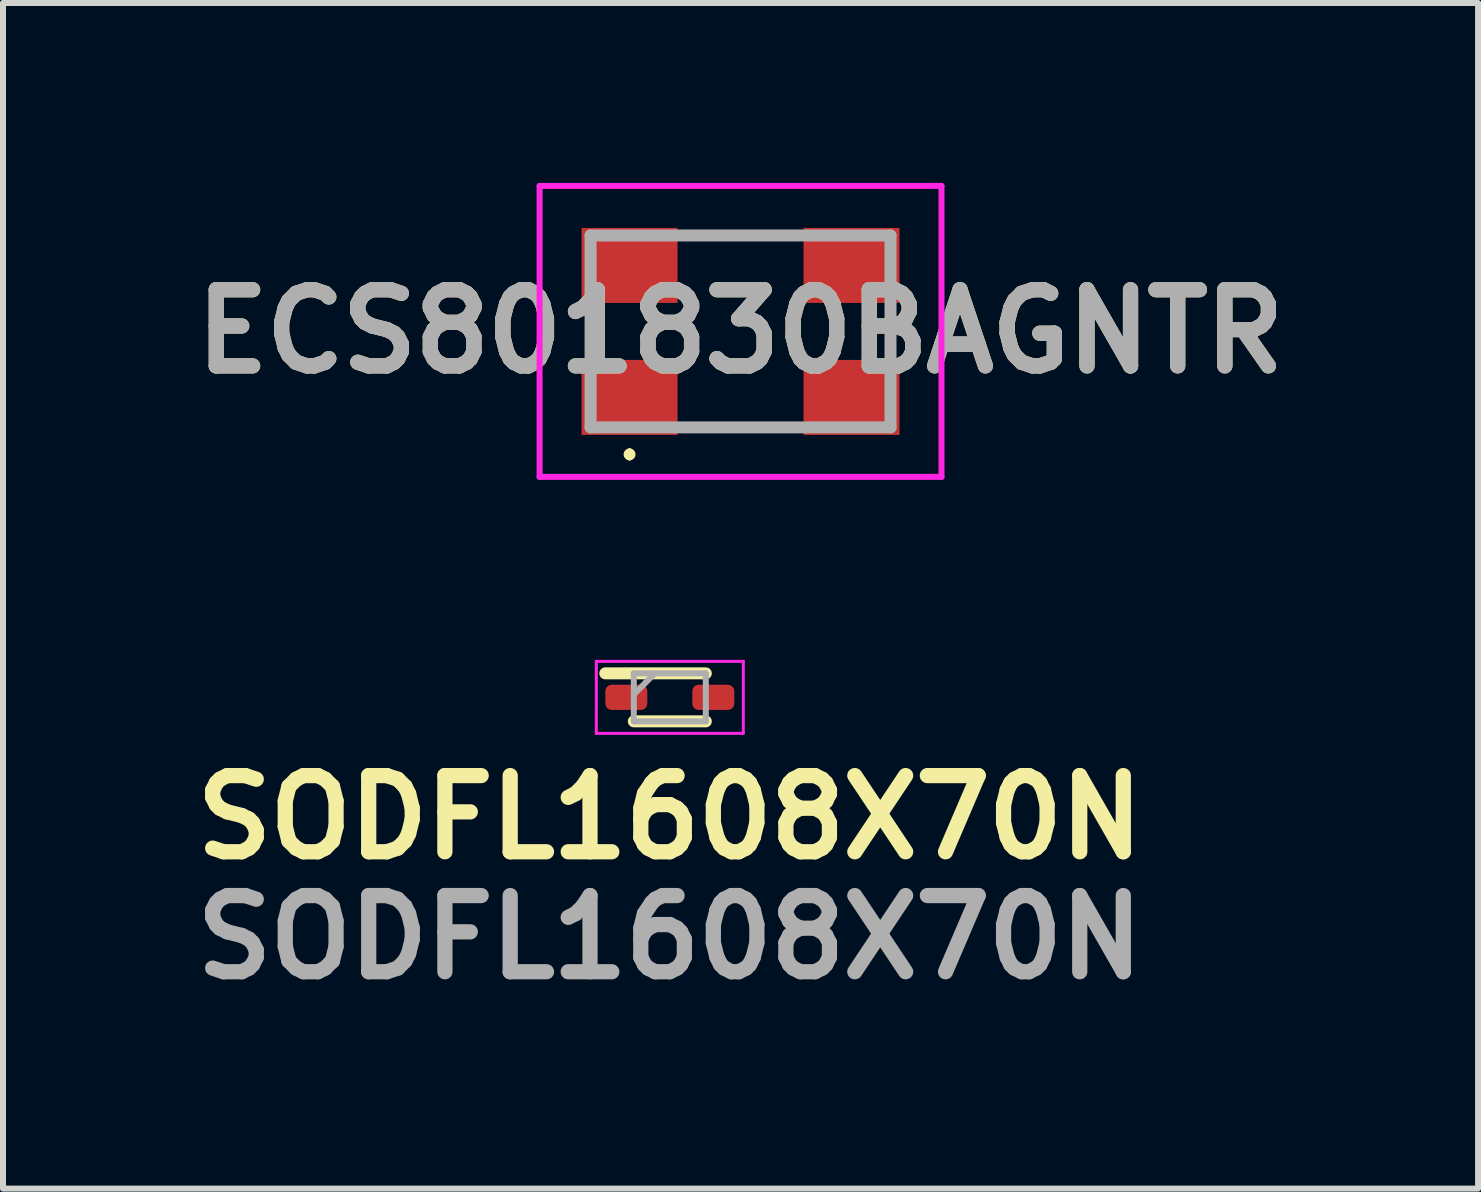
<source format=kicad_pcb>
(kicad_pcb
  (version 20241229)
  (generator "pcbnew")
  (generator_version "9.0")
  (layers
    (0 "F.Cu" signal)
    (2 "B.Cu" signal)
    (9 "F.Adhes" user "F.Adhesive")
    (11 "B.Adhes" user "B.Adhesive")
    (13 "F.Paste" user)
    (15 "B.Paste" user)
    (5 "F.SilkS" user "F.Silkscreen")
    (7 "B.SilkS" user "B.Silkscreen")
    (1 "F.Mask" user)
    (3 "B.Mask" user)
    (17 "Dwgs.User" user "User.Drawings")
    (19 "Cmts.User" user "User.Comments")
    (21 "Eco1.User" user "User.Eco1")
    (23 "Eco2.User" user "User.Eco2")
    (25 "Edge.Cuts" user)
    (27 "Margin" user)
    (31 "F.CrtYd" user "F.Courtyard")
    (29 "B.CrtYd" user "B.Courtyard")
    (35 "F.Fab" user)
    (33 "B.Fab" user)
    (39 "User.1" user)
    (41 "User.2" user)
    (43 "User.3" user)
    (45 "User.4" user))
  (footprint "SODFL1608X70N"
    (layer "F.Cu")
    (at 8.116 8.575)
    (property "Reference" "SODFL1608X70N" (at 0 2 0) (layer "F.SilkS") (effects (font (size 1.27 1.27) (thickness 0.254))))
    (attr smd)
    (fp_line (start -1.075 -0.4) (end 0.6 -0.4) (stroke (width 0.2) (type solid)) (layer "F.SilkS"))
    (fp_line (start -0.6 0.4) (end 0.6 0.4) (stroke (width 0.2) (type solid)) (layer "F.SilkS"))
    (fp_line (start -1.225 -0.6) (end 1.225 -0.6) (stroke (width 0.05) (type solid)) (layer "F.CrtYd"))
    (fp_line (start -1.225 0.6) (end -1.225 -0.6) (stroke (width 0.05) (type solid)) (layer "F.CrtYd"))
    (fp_line (start 1.225 -0.6) (end 1.225 0.6) (stroke (width 0.05) (type solid)) (layer "F.CrtYd"))
    (fp_line (start 1.225 0.6) (end -1.225 0.6) (stroke (width 0.05) (type solid)) (layer "F.CrtYd"))
    (fp_line (start -0.6 -0.4) (end 0.6 -0.4) (stroke (width 0.1) (type solid)) (layer "F.Fab"))
    (fp_line (start -0.6 -0.05) (end -0.25 -0.4) (stroke (width 0.1) (type solid)) (layer "F.Fab"))
    (fp_line (start -0.6 0.4) (end -0.6 -0.4) (stroke (width 0.1) (type solid)) (layer "F.Fab"))
    (fp_line (start 0.6 -0.4) (end 0.6 0.4) (stroke (width 0.1) (type solid)) (layer "F.Fab"))
    (fp_line (start 0.6 0.4) (end -0.6 0.4) (stroke (width 0.1) (type solid)) (layer "F.Fab"))
    (fp_text user "${REFERENCE}" (at 0 4 0) (layer "F.Fab") (effects (font (size 1.27 1.27) (thickness 0.254))))
    (pad "1" smd roundrect (at -0.725 0 90) (size 0.42 0.7) (layers "F.Cu" "F.Mask" "F.Paste") (roundrect_rratio 0.25))
    (pad "2" smd roundrect (at 0.725 0 90) (size 0.42 0.7) (layers "F.Cu" "F.Mask" "F.Paste") (roundrect_rratio 0.25)))
  (footprint "ECS801830BAGNTR"
    (layer "F.Cu")
    (at 9.295 2.475)
    (property "Reference" "ECS801830BAGNTR" (at 0 0 0) (layer "F.SilkS") (effects (font (size 1.27 1.27) (thickness 0.254))))
    (attr smd)
    (fp_line (start -1.85 2) (end -1.85 2) (stroke (width 0.1) (type solid)) (layer "F.SilkS"))
    (fp_line (start -1.85 2.1) (end -1.85 2.1) (stroke (width 0.1) (type solid)) (layer "F.SilkS"))
    (fp_line (start -0.5 -1.6) (end 0.5 -1.6) (stroke (width 0.1) (type solid)) (layer "F.SilkS"))
    (fp_line (start -0.5 1.6) (end 0.5 1.6) (stroke (width 0.1) (type solid)) (layer "F.SilkS"))
    (fp_arc (start -1.85 2) (mid -1.8 2.05) (end -1.85 2.1) (stroke (width 0.1) (type solid)) (layer "F.SilkS"))
    (fp_arc (start -1.85 2.1) (mid -1.9 2.05) (end -1.85 2) (stroke (width 0.1) (type solid)) (layer "F.SilkS"))
    (fp_line (start -3.35 -2.425) (end 3.35 -2.425) (stroke (width 0.1) (type solid)) (layer "F.CrtYd"))
    (fp_line (start -3.35 2.425) (end -3.35 -2.425) (stroke (width 0.1) (type solid)) (layer "F.CrtYd"))
    (fp_line (start 3.35 -2.425) (end 3.35 2.425) (stroke (width 0.1) (type solid)) (layer "F.CrtYd"))
    (fp_line (start 3.35 2.425) (end -3.35 2.425) (stroke (width 0.1) (type solid)) (layer "F.CrtYd"))
    (fp_line (start -2.5 -1.6) (end 2.5 -1.6) (stroke (width 0.2) (type solid)) (layer "F.Fab"))
    (fp_line (start -2.5 1.6) (end -2.5 -1.6) (stroke (width 0.2) (type solid)) (layer "F.Fab"))
    (fp_line (start 2.5 -1.6) (end 2.5 1.6) (stroke (width 0.2) (type solid)) (layer "F.Fab"))
    (fp_line (start 2.5 1.6) (end -2.5 1.6) (stroke (width 0.2) (type solid)) (layer "F.Fab"))
    (fp_text user "${REFERENCE}" (at 0 0 0) (layer "F.Fab") (effects (font (size 1.27 1.27) (thickness 0.254))))
    (pad "1" smd rect (at -1.85 1.1 90) (size 1.25 1.6) (layers "F.Cu" "F.Mask" "F.Paste"))
    (pad "2" smd rect (at 1.85 1.1 90) (size 1.25 1.6) (layers "F.Cu" "F.Mask" "F.Paste"))
    (pad "3" smd rect (at 1.85 -1.1 90) (size 1.25 1.6) (layers "F.Cu" "F.Mask" "F.Paste"))
    (pad "4" smd rect (at -1.85 -1.1 90) (size 1.25 1.6) (layers "F.Cu" "F.Mask" "F.Paste")))
  (gr_rect
    (start -3 -3)
    (end 21.59 16.764)
    (stroke (width 0.1) (type default))
    (fill no)
    (layer "Edge.Cuts")))
</source>
